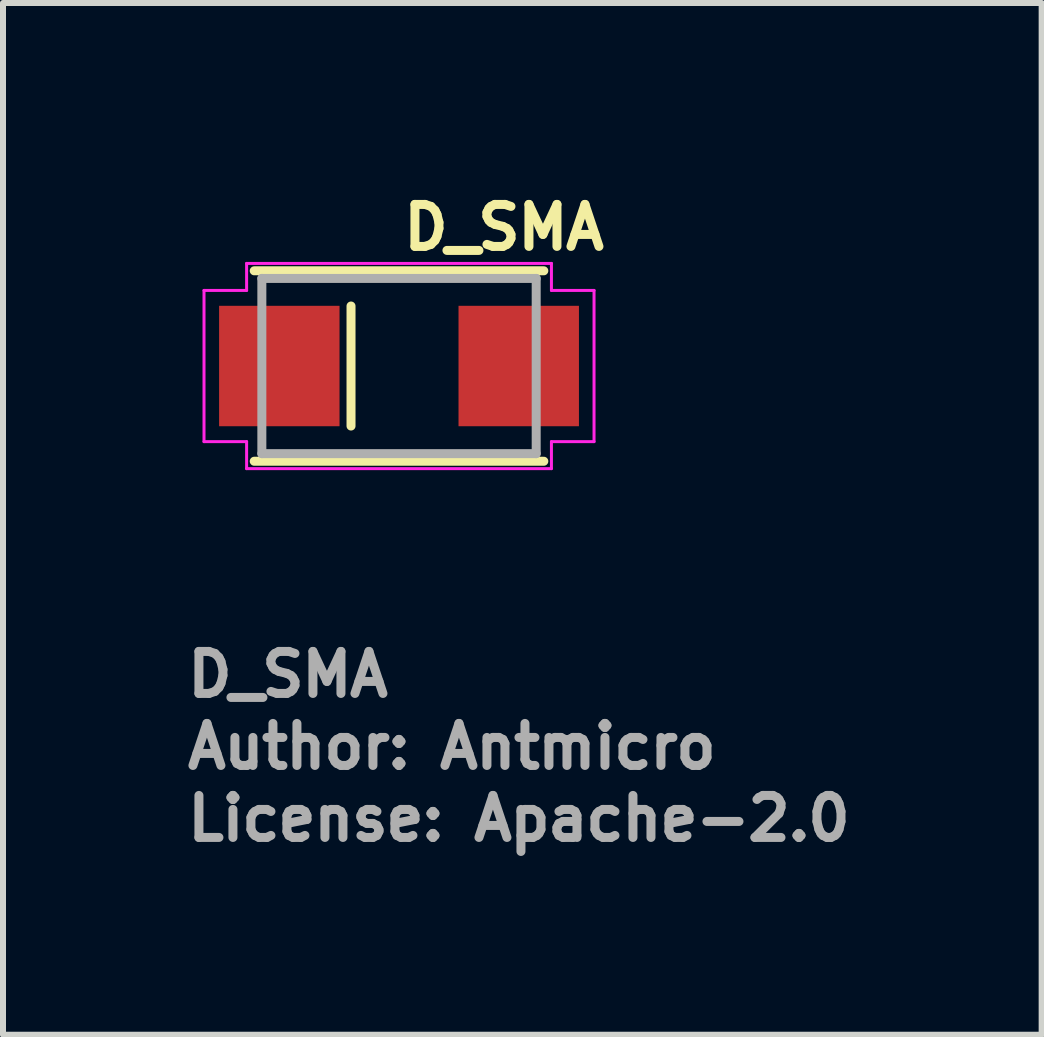
<source format=kicad_pcb>
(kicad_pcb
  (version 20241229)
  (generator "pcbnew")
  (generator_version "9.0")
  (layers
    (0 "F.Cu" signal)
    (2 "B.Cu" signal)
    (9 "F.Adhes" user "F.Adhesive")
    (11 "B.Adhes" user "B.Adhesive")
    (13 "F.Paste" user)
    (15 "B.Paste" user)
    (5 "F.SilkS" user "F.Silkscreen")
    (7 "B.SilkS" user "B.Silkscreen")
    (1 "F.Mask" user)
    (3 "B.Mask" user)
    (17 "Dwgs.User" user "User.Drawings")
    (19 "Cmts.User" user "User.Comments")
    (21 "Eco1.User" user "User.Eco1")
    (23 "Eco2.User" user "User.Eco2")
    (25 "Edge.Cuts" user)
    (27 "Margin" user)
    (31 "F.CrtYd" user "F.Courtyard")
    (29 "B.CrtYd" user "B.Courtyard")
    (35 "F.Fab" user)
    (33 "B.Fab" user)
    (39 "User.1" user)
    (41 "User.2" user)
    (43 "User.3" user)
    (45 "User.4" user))
  (footprint "D_SMA"
    (layer "F.Cu")
    (at 3.6 3.05)
    (property "Reference" "D_SMA" (at 0 -1.9 0) (unlocked yes) (layer "F.SilkS") (effects (font (size 0.7 0.7) (thickness 0.15)) (justify left bottom)))
    (attr smd)
    (fp_line (start -2.413 1.587) (end 2.413 1.587) (stroke (width 0.15) (type solid)) (layer "F.SilkS"))
    (fp_line (start -0.8 -1) (end -0.8 1) (stroke (width 0.15) (type solid)) (layer "F.SilkS"))
    (fp_line (start 2.413 -1.587) (end -2.413 -1.587) (stroke (width 0.15) (type solid)) (layer "F.SilkS"))
    (fp_line (start -3.25 -1.26) (end -2.54 -1.26) (stroke (width 0.05) (type solid)) (layer "F.CrtYd"))
    (fp_line (start -3.25 1.26) (end -3.25 -1.26) (stroke (width 0.05) (type solid)) (layer "F.CrtYd"))
    (fp_line (start -2.54 -1.71) (end 2.54 -1.71) (stroke (width 0.05) (type solid)) (layer "F.CrtYd"))
    (fp_line (start -2.54 -1.26) (end -2.54 -1.71) (stroke (width 0.05) (type solid)) (layer "F.CrtYd"))
    (fp_line (start -2.54 1.26) (end -3.25 1.26) (stroke (width 0.05) (type solid)) (layer "F.CrtYd"))
    (fp_line (start -2.54 1.71) (end -2.54 1.26) (stroke (width 0.05) (type solid)) (layer "F.CrtYd"))
    (fp_line (start 2.54 -1.71) (end 2.54 -1.26) (stroke (width 0.05) (type solid)) (layer "F.CrtYd"))
    (fp_line (start 2.54 -1.26) (end 3.25 -1.26) (stroke (width 0.05) (type solid)) (layer "F.CrtYd"))
    (fp_line (start 2.54 1.26) (end 2.54 1.71) (stroke (width 0.05) (type solid)) (layer "F.CrtYd"))
    (fp_line (start 2.54 1.71) (end -2.54 1.71) (stroke (width 0.05) (type solid)) (layer "F.CrtYd"))
    (fp_line (start 3.25 -1.26) (end 3.25 1.26) (stroke (width 0.05) (type solid)) (layer "F.CrtYd"))
    (fp_line (start 3.25 1.26) (end 2.54 1.26) (stroke (width 0.05) (type solid)) (layer "F.CrtYd"))
    (fp_line (start -2.286 -1.46) (end -2.286 1.46) (stroke (width 0.15) (type solid)) (layer "F.Fab"))
    (fp_line (start -2.286 1.46) (end 2.286 1.46) (stroke (width 0.15) (type solid)) (layer "F.Fab"))
    (fp_line (start 2.286 -1.46) (end -2.286 -1.46) (stroke (width 0.15) (type solid)) (layer "F.Fab"))
    (fp_line (start 2.286 1.46) (end 2.286 -1.46) (stroke (width 0.15) (type solid)) (layer "F.Fab"))
    (fp_rect (start -2.286 -1.46) (end 2.286 1.46) (stroke (width 0.1) (type solid)) (fill no) (layer "User.5"))
    (fp_line (start -2.286 -1.003) (end -2.127 -1.003) (stroke (width 0.02) (type solid)) (layer "User.9"))
    (fp_line (start -2.286 1.003) (end -2.286 -1.003) (stroke (width 0.02) (type solid)) (layer "User.9"))
    (fp_line (start -2.127 -1.46) (end 2.127 -1.46) (stroke (width 0.02) (type solid)) (layer "User.9"))
    (fp_line (start -2.127 1.003) (end -2.286 1.003) (stroke (width 0.02) (type solid)) (layer "User.9"))
    (fp_line (start -2.127 1.46) (end -2.127 -1.46) (stroke (width 0.02) (type solid)) (layer "User.9"))
    (fp_line (start -2.042 -1.375) (end -2.042 1.375) (stroke (width 0.02) (type solid)) (layer "User.9"))
    (fp_line (start -2.042 1.375) (end -1.191 1.375) (stroke (width 0.02) (type solid)) (layer "User.9"))
    (fp_line (start -1.191 -1.375) (end -2.042 -1.375) (stroke (width 0.02) (type solid)) (layer "User.9"))
    (fp_line (start -1.191 1.375) (end -1.191 -1.375) (stroke (width 0.02) (type solid)) (layer "User.9"))
    (fp_line (start 2.127 -1.46) (end 2.127 1.46) (stroke (width 0.02) (type solid)) (layer "User.9"))
    (fp_line (start 2.127 -1.003) (end 2.286 -1.003) (stroke (width 0.02) (type solid)) (layer "User.9"))
    (fp_line (start 2.127 1.46) (end -2.127 1.46) (stroke (width 0.02) (type solid)) (layer "User.9"))
    (fp_line (start 2.286 -1.003) (end 2.286 1.003) (stroke (width 0.02) (type solid)) (layer "User.9"))
    (fp_line (start 2.286 1.003) (end 2.127 1.003) (stroke (width 0.02) (type solid)) (layer "User.9"))
    (fp_text user "${REFERENCE}" (at -3.6 5.55 0) (unlocked yes) (layer "F.Fab") (effects (font (size 0.7 0.7) (thickness 0.15)) (justify left bottom)))
    (fp_text user "Author: Antmicro" (at -3.6 6.75 0) (layer "F.Fab") (effects (font (size 0.7 0.7) (thickness 0.15)) (justify left bottom)))
    (fp_text user "License: Apache-2.0" (at -3.6 7.95 0) (layer "F.Fab") (effects (font (size 0.7 0.7) (thickness 0.15)) (justify left bottom)))
    (pad "1" smd rect (at -1.995 0) (size 2.007 2.007) (layers "F.Cu" "F.Mask" "F.Paste"))
    (pad "2" smd rect (at 1.995 0) (size 2.007 2.007) (layers "F.Cu" "F.Mask" "F.Paste")))
  (gr_rect
    (start -3 -3)
    (end 14.31 14.195)
    (stroke (width 0.1) (type default))
    (fill no)
    (layer "Edge.Cuts")))
</source>
